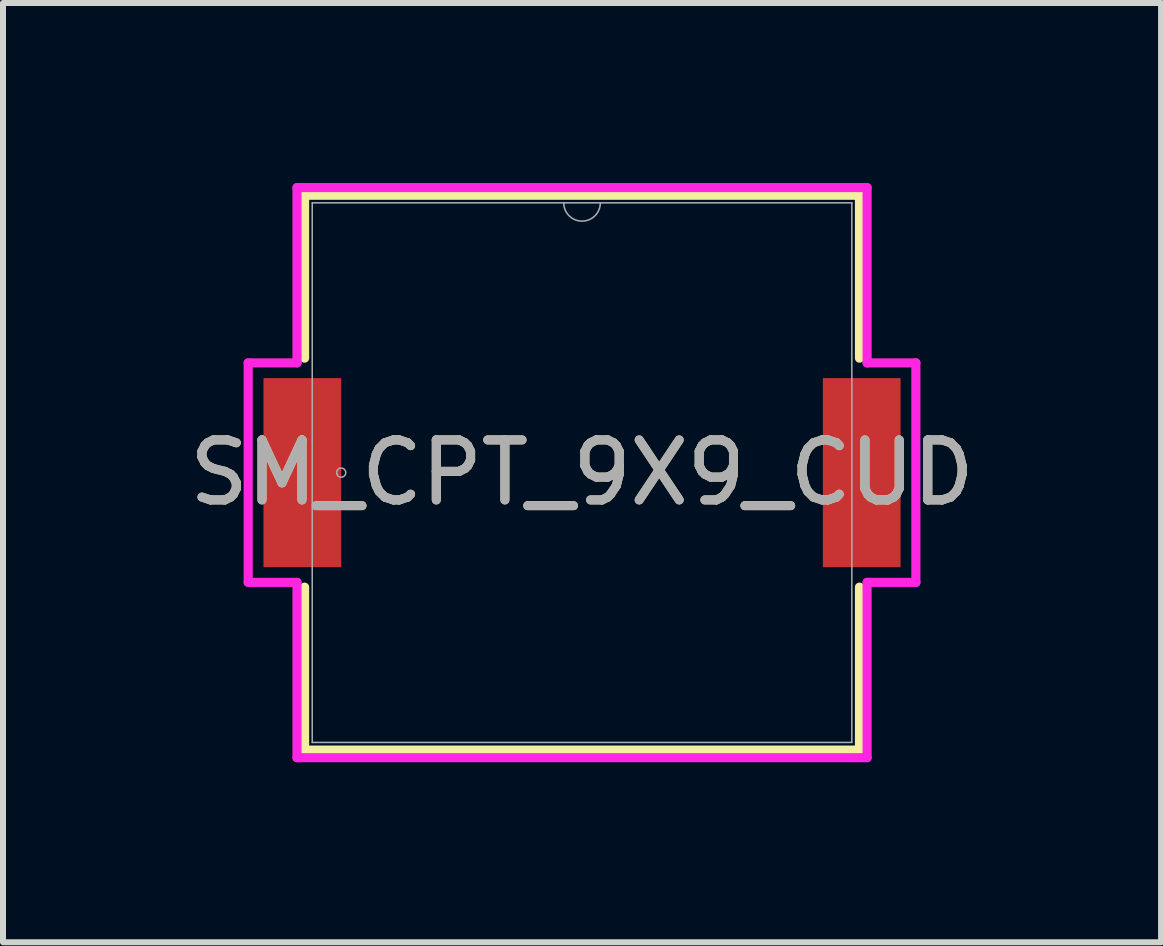
<source format=kicad_pcb>
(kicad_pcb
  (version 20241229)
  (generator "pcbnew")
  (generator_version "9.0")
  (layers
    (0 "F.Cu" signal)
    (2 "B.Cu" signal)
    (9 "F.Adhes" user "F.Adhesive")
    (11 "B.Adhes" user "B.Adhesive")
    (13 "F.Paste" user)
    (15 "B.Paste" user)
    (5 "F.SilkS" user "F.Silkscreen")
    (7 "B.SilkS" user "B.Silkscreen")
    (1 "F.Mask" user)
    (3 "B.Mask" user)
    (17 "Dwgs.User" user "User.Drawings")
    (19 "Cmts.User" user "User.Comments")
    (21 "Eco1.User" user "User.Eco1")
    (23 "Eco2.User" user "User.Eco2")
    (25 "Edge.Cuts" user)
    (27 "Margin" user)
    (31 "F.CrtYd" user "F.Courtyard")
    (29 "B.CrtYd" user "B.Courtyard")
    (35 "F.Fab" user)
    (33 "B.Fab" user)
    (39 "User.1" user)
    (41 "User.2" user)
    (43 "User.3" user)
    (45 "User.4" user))
  (footprint "SM_CPT_9X9_CUD"
    (layer "F.Cu")
    (at 6.649 4.826)
    (property "Reference" "SM_CPT_9X9_CUD" (at 0 0 0) (unlocked yes) (layer "F.SilkS") (effects (font (size 1 1) (thickness 0.15))))
    (attr smd)
    (fp_line (start -4.623 -4.623) (end -4.623 -1.908) (stroke (width 0.152) (type solid)) (layer "F.SilkS"))
    (fp_line (start -4.623 1.908) (end -4.623 4.623) (stroke (width 0.152) (type solid)) (layer "F.SilkS"))
    (fp_line (start -4.623 4.623) (end 4.623 4.623) (stroke (width 0.152) (type solid)) (layer "F.SilkS"))
    (fp_line (start 4.623 -4.623) (end -4.623 -4.623) (stroke (width 0.152) (type solid)) (layer "F.SilkS"))
    (fp_line (start 4.623 -1.908) (end 4.623 -4.623) (stroke (width 0.152) (type solid)) (layer "F.SilkS"))
    (fp_line (start 4.623 4.623) (end 4.623 1.908) (stroke (width 0.152) (type solid)) (layer "F.SilkS"))
    (fp_line (start -5.563 -1.829) (end -4.75 -1.829) (stroke (width 0.152) (type solid)) (layer "F.CrtYd"))
    (fp_line (start -5.563 1.829) (end -5.563 -1.829) (stroke (width 0.152) (type solid)) (layer "F.CrtYd"))
    (fp_line (start -5.563 1.829) (end -4.75 1.829) (stroke (width 0.152) (type solid)) (layer "F.CrtYd"))
    (fp_line (start -4.75 -4.75) (end 4.75 -4.75) (stroke (width 0.152) (type solid)) (layer "F.CrtYd"))
    (fp_line (start -4.75 -1.829) (end -4.75 -4.75) (stroke (width 0.152) (type solid)) (layer "F.CrtYd"))
    (fp_line (start -4.75 4.75) (end -4.75 1.829) (stroke (width 0.152) (type solid)) (layer "F.CrtYd"))
    (fp_line (start 4.75 -4.75) (end 4.75 -1.829) (stroke (width 0.152) (type solid)) (layer "F.CrtYd"))
    (fp_line (start 4.75 1.829) (end 4.75 4.75) (stroke (width 0.152) (type solid)) (layer "F.CrtYd"))
    (fp_line (start 4.75 4.75) (end -4.75 4.75) (stroke (width 0.152) (type solid)) (layer "F.CrtYd"))
    (fp_line (start 5.563 -1.829) (end 4.75 -1.829) (stroke (width 0.152) (type solid)) (layer "F.CrtYd"))
    (fp_line (start 5.563 -1.829) (end 5.563 1.829) (stroke (width 0.152) (type solid)) (layer "F.CrtYd"))
    (fp_line (start 5.563 1.829) (end 4.75 1.829) (stroke (width 0.152) (type solid)) (layer "F.CrtYd"))
    (fp_line (start -4.496 -4.496) (end -4.496 4.496) (stroke (width 0.025) (type solid)) (layer "F.Fab"))
    (fp_line (start -4.496 4.496) (end 4.496 4.496) (stroke (width 0.025) (type solid)) (layer "F.Fab"))
    (fp_line (start 4.496 -4.496) (end -4.496 -4.496) (stroke (width 0.025) (type solid)) (layer "F.Fab"))
    (fp_line (start 4.496 4.496) (end 4.496 -4.496) (stroke (width 0.025) (type solid)) (layer "F.Fab"))
    (fp_arc (start 0.3048 -4.4958) (mid 0 -4.191) (end -0.3048 -4.4958) (stroke (width 0.0254) (type solid)) (layer "F.Fab"))
    (fp_circle (center -4.013 0) (end -3.937 0) (stroke (width 0.025) (type solid)) (fill no) (layer "F.Fab"))
    (fp_text user "${REFERENCE}" (at 0 0 0) (unlocked yes) (layer "F.Fab") (effects (font (size 1 1) (thickness 0.15))))
    (pad "1" smd rect (at -4.661 0) (size 1.295 3.15) (layers "F.Cu" "F.Mask" "F.Paste"))
    (pad "2" smd rect (at 4.661 0) (size 1.295 3.15) (layers "F.Cu" "F.Mask" "F.Paste")))
  (gr_rect
    (start -3 -3)
    (end 16.298 12.652)
    (stroke (width 0.1) (type default))
    (fill no)
    (layer "Edge.Cuts")))
</source>
